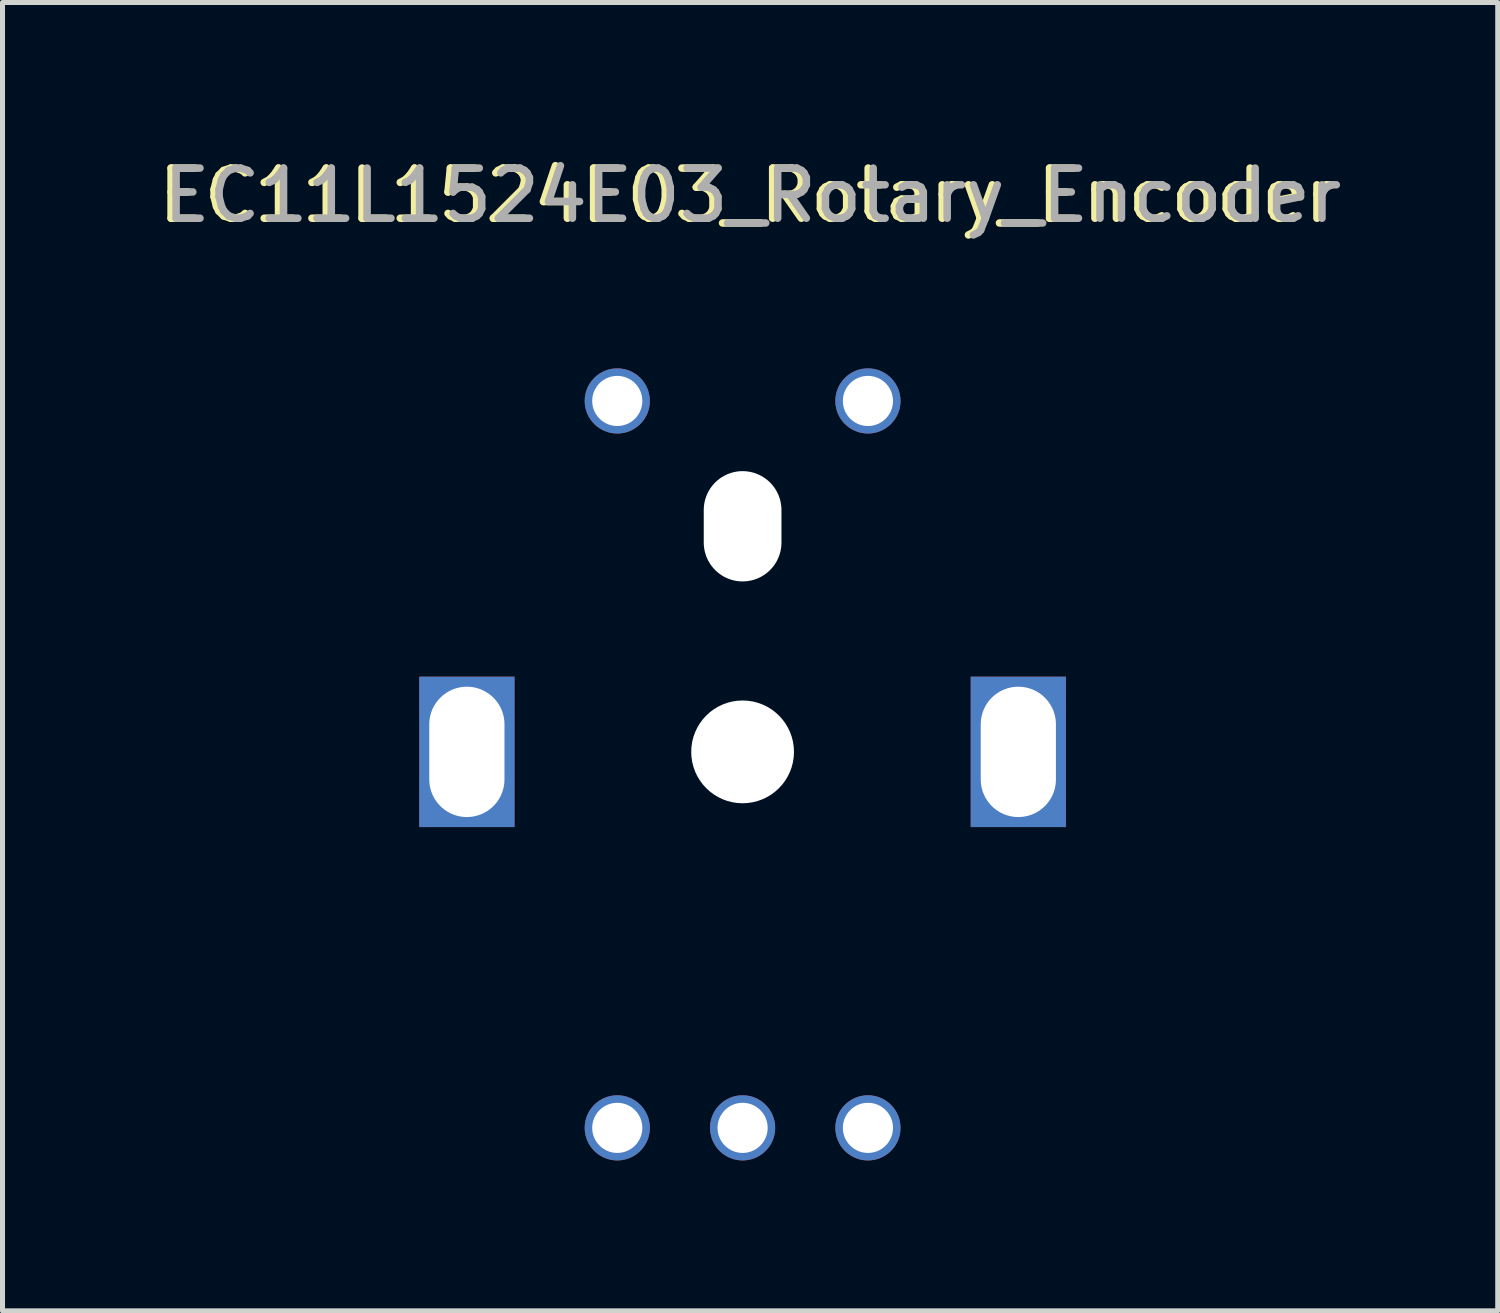
<source format=kicad_pcb>
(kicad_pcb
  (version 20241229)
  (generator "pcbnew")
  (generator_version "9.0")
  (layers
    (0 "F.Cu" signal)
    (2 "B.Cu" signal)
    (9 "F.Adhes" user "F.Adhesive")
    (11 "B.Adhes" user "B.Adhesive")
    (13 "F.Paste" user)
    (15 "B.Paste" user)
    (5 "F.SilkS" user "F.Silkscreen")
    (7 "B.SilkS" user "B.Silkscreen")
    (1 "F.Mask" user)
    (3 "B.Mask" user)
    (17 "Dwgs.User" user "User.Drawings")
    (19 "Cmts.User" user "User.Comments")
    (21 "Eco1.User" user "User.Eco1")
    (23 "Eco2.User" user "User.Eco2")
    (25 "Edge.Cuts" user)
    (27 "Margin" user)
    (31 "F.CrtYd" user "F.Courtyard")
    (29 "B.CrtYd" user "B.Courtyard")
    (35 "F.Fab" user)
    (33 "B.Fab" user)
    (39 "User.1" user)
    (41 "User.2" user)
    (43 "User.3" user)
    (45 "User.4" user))
  (footprint "EC11L1524E03_Rotary_Encoder"
    (layer "F.Cu")
    (at 11.763 11.948)
    (property "Reference" "EC11L1524E03_Rotary_Encoder" (at 0.1 -11.1 0) (unlocked yes) (layer "F.SilkS") (effects (font (size 1 1) (thickness 0.15))))
    (fp_text user "${REFERENCE}" (at 0.2 -11.1 0) (unlocked yes) (layer "F.Fab") (effects (font (size 1 1) (thickness 0.15))))
    (pad "" thru_hole rect (at -5.5 0) (size 1.9 3) (drill oval 1.5 2.6) (layers "*.Cu" "*.Mask"))
    (pad "" np_thru_hole oval (at 0 -4.5) (size 1.55 2.2) (drill oval 1.55 2.2) (layers "*.Cu" "*.Mask"))
    (pad "" np_thru_hole circle (at 0 0) (size 2.05 2.05) (drill 2.05) (layers "*.Cu" "*.Mask"))
    (pad "" thru_hole rect (at 5.5 0) (size 1.9 3) (drill oval 1.5 2.6) (layers "*.Cu" "*.Mask"))
    (pad "A" thru_hole circle (at -2.5 7.5) (size 1.3 1.3) (drill 1) (layers "*.Cu" "*.Mask"))
    (pad "B" thru_hole circle (at 2.5 7.5) (size 1.3 1.3) (drill 1) (layers "*.Cu" "*.Mask"))
    (pad "C" thru_hole circle (at 0 7.5) (size 1.3 1.3) (drill 1) (layers "*.Cu" "*.Mask"))
    (pad "S1" thru_hole circle (at -2.5 -7) (size 1.3 1.3) (drill 1) (layers "*.Cu" "*.Mask"))
    (pad "S2" thru_hole circle (at 2.5 -7) (size 1.3 1.3) (drill 1) (layers "*.Cu" "*.Mask")))
  (gr_rect
    (start -3 -3)
    (end 26.826 23.098)
    (stroke (width 0.1) (type default))
    (fill no)
    (layer "Edge.Cuts")))
</source>
